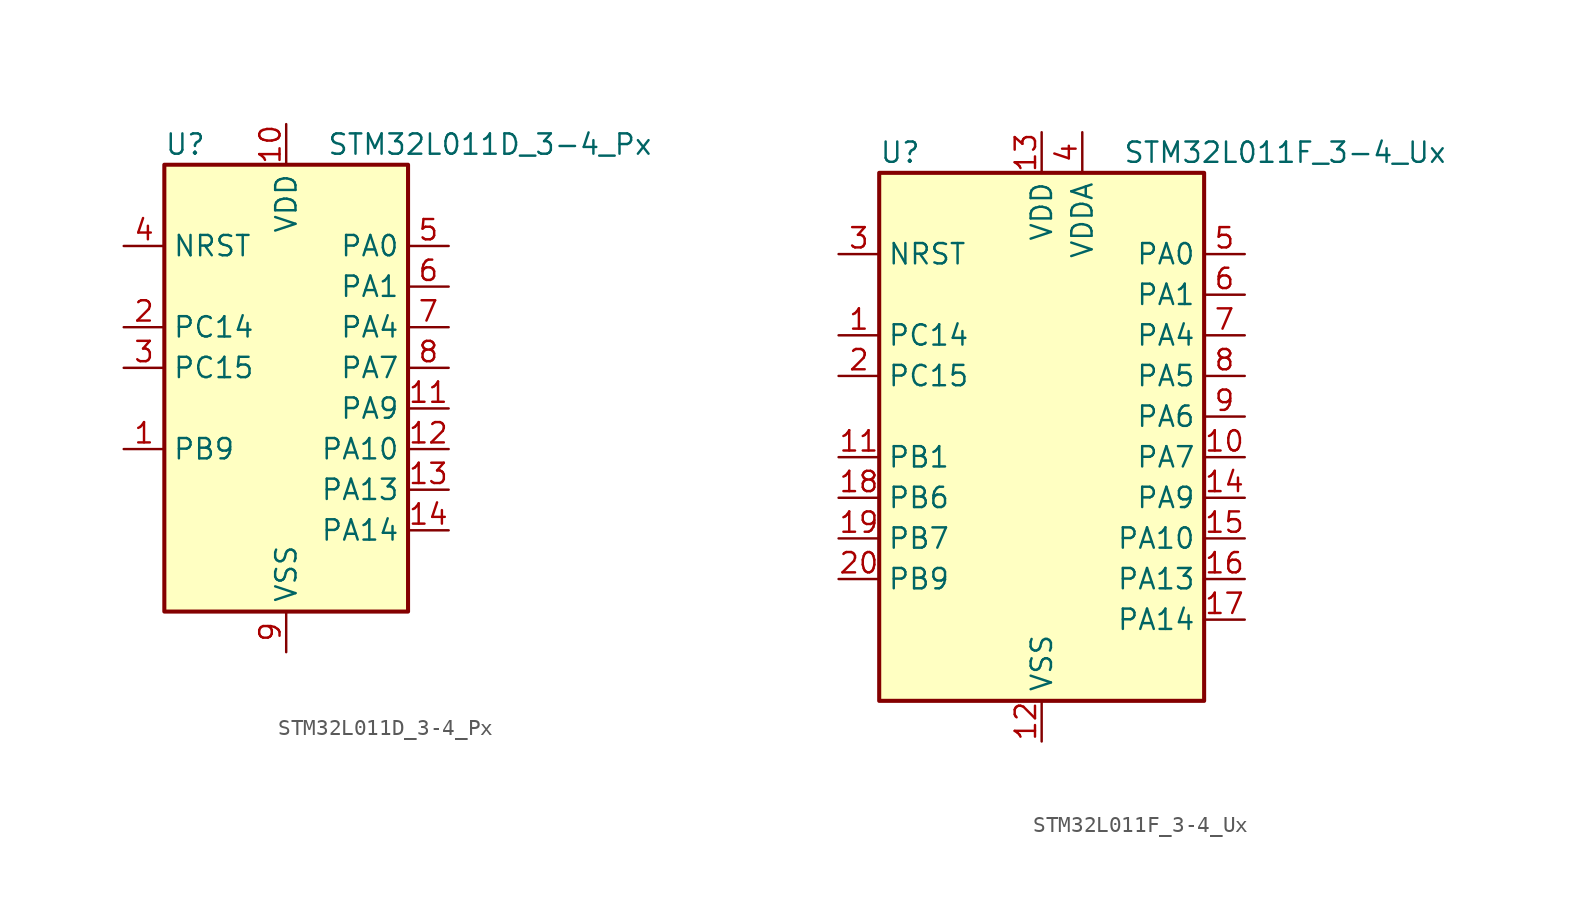
<source format=kicad_sym>
(kicad_symbol_lib
  (version 20241209)
  (generator "kicad_symbol_editor")
  (generator_version "9.0")
  (symbol "STM32L011D_3-4_Px"
    (property "Reference" "U"
      (at -7.62 16.51 0)
      (effects (font (size 1.27 1.27)) (justify left)))
    (property "Value" "STM32L011D_3-4_Px"
      (at 2.54 16.51 0)
      (effects (font (size 1.27 1.27)) (justify left)))
    (symbol "STM32L011D_3-4_Px_0_1"
      (rectangle (start -7.62 -12.7) (end 7.62 15.24) (stroke (width 0.254) (type default)) (fill (type background))))
    (symbol "STM32L011D_3-4_Px_1_1"
      (pin input line (at -10.16 10.16 0) (length 2.54) (name "NRST" (effects (font (size 1.27 1.27)))) (number "4" (effects (font (size 1.27 1.27)))))
      (pin bidirectional line (at -10.16 5.08 0) (length 2.54) (name "PC14" (effects (font (size 1.27 1.27)))) (number "2" (effects (font (size 1.27 1.27)))) (alternate "RCC_OSC32_IN" bidirectional line))
      (pin bidirectional line (at -10.16 2.54 0) (length 2.54) (name "PC15" (effects (font (size 1.27 1.27)))) (number "3" (effects (font (size 1.27 1.27)))) (alternate "RCC_OSC32_OUT" bidirectional line))
      (pin bidirectional line (at -10.16 -2.54 0) (length 2.54) (name "PB9" (effects (font (size 1.27 1.27)))) (number "1" (effects (font (size 1.27 1.27)))))
      (pin power_in line (at 0 17.78 270) (length 2.54) (name "VDD" (effects (font (size 1.27 1.27)))) (number "10" (effects (font (size 1.27 1.27)))))
      (pin power_in line (at 0 -15.24 90) (length 2.54) (name "VSS" (effects (font (size 1.27 1.27)))) (number "9" (effects (font (size 1.27 1.27)))))
      (pin bidirectional line (at 10.16 10.16 180) (length 2.54) (name "PA0" (effects (font (size 1.27 1.27)))) (number "5" (effects (font (size 1.27 1.27)))) (alternate "ADC_IN0" bidirectional line) (alternate "COMP1_INM" bidirectional line) (alternate "COMP1_OUT" bidirectional line) (alternate "LPTIM1_IN1" bidirectional line) (alternate "LPUART1_RX" bidirectional line) (alternate "RCC_CK_IN" bidirectional line) (alternate "RTC_TAMP2" bidirectional line) (alternate "SYS_WKUP1" bidirectional line) (alternate "TIM2_CH1" bidirectional line) (alternate "TIM2_ETR" bidirectional line) (alternate "USART2_CTS" bidirectional line) (alternate "USART2_RX" bidirectional line))
      (pin bidirectional line (at 10.16 7.62 180) (length 2.54) (name "PA1" (effects (font (size 1.27 1.27)))) (number "6" (effects (font (size 1.27 1.27)))) (alternate "ADC_IN1" bidirectional line) (alternate "COMP1_INP" bidirectional line) (alternate "I2C1_SMBA" bidirectional line) (alternate "LPTIM1_IN2" bidirectional line) (alternate "LPUART1_TX" bidirectional line) (alternate "TIM21_ETR" bidirectional line) (alternate "TIM2_CH2" bidirectional line) (alternate "USART2_DE" bidirectional line) (alternate "USART2_RTS" bidirectional line))
      (pin bidirectional line (at 10.16 5.08 180) (length 2.54) (name "PA4" (effects (font (size 1.27 1.27)))) (number "7" (effects (font (size 1.27 1.27)))) (alternate "ADC_IN4" bidirectional line) (alternate "COMP1_INM" bidirectional line) (alternate "COMP2_INM" bidirectional line) (alternate "COMP2_OUT" bidirectional line) (alternate "I2C1_SCL" bidirectional line) (alternate "LPTIM1_ETR" bidirectional line) (alternate "LPTIM1_IN1" bidirectional line) (alternate "LPUART1_TX" bidirectional line) (alternate "SPI1_NSS" bidirectional line) (alternate "TIM2_ETR" bidirectional line) (alternate "USART2_CK" bidirectional line))
      (pin bidirectional line (at 10.16 2.54 180) (length 2.54) (name "PA7" (effects (font (size 1.27 1.27)))) (number "8" (effects (font (size 1.27 1.27)))) (alternate "ADC_IN7" bidirectional line) (alternate "COMP2_INP" bidirectional line) (alternate "COMP2_OUT" bidirectional line) (alternate "LPTIM1_OUT" bidirectional line) (alternate "SPI1_MOSI" bidirectional line) (alternate "TIM21_ETR" bidirectional line) (alternate "USART2_CTS" bidirectional line))
      (pin bidirectional line (at 10.16 0 180) (length 2.54) (name "PA9" (effects (font (size 1.27 1.27)))) (number "11" (effects (font (size 1.27 1.27)))) (alternate "COMP1_OUT" bidirectional line) (alternate "I2C1_SCL" bidirectional line) (alternate "LPTIM1_OUT" bidirectional line) (alternate "RCC_MCO" bidirectional line) (alternate "TIM21_CH2" bidirectional line) (alternate "USART2_TX" bidirectional line))
      (pin bidirectional line (at 10.16 -2.54 180) (length 2.54) (name "PA10" (effects (font (size 1.27 1.27)))) (number "12" (effects (font (size 1.27 1.27)))) (alternate "COMP1_OUT" bidirectional line) (alternate "I2C1_SDA" bidirectional line) (alternate "RTC_REFIN" bidirectional line) (alternate "TIM21_CH1" bidirectional line) (alternate "TIM2_CH3" bidirectional line) (alternate "USART2_RX" bidirectional line))
      (pin bidirectional line (at 10.16 -5.08 180) (length 2.54) (name "PA13" (effects (font (size 1.27 1.27)))) (number "13" (effects (font (size 1.27 1.27)))) (alternate "COMP1_OUT" bidirectional line) (alternate "I2C1_SDA" bidirectional line) (alternate "LPTIM1_ETR" bidirectional line) (alternate "LPUART1_RX" bidirectional line) (alternate "SPI1_SCK" bidirectional line) (alternate "SYS_SWDIO" bidirectional line))
      (pin bidirectional line (at 10.16 -7.62 180) (length 2.54) (name "PA14" (effects (font (size 1.27 1.27)))) (number "14" (effects (font (size 1.27 1.27)))) (alternate "COMP2_OUT" bidirectional line) (alternate "I2C1_SMBA" bidirectional line) (alternate "LPTIM1_OUT" bidirectional line) (alternate "LPUART1_TX" bidirectional line) (alternate "SPI1_MISO" bidirectional line) (alternate "SYS_SWCLK" bidirectional line) (alternate "USART2_TX" bidirectional line))))
  (symbol "STM32L011F_3-4_Ux"
    (property "Reference" "U"
      (at -10.16 19.05 0)
      (effects (font (size 1.27 1.27)) (justify left)))
    (property "Value" "STM32L011F_3-4_Ux"
      (at 5.08 19.05 0)
      (effects (font (size 1.27 1.27)) (justify left)))
    (symbol "STM32L011F_3-4_Ux_0_1"
      (rectangle (start -10.16 -15.24) (end 10.16 17.78) (stroke (width 0.254) (type default)) (fill (type background))))
    (symbol "STM32L011F_3-4_Ux_1_1"
      (pin input line (at -12.7 12.7 0) (length 2.54) (name "NRST" (effects (font (size 1.27 1.27)))) (number "3" (effects (font (size 1.27 1.27)))))
      (pin bidirectional line (at -12.7 7.62 0) (length 2.54) (name "PC14" (effects (font (size 1.27 1.27)))) (number "1" (effects (font (size 1.27 1.27)))) (alternate "RCC_OSC32_IN" bidirectional line))
      (pin bidirectional line (at -12.7 5.08 0) (length 2.54) (name "PC15" (effects (font (size 1.27 1.27)))) (number "2" (effects (font (size 1.27 1.27)))) (alternate "RCC_OSC32_OUT" bidirectional line))
      (pin bidirectional line (at -12.7 0 0) (length 2.54) (name "PB1" (effects (font (size 1.27 1.27)))) (number "11" (effects (font (size 1.27 1.27)))) (alternate "ADC_IN9" bidirectional line) (alternate "LPTIM1_IN1" bidirectional line) (alternate "LPUART1_DE" bidirectional line) (alternate "LPUART1_RTS" bidirectional line) (alternate "SPI1_MOSI" bidirectional line) (alternate "SYS_VREF_OUT_PB1" bidirectional line) (alternate "TIM2_CH4" bidirectional line) (alternate "USART2_CK" bidirectional line))
      (pin bidirectional line (at -12.7 -2.54 0) (length 2.54) (name "PB6" (effects (font (size 1.27 1.27)))) (number "18" (effects (font (size 1.27 1.27)))) (alternate "COMP2_INP" bidirectional line) (alternate "I2C1_SCL" bidirectional line) (alternate "LPTIM1_ETR" bidirectional line) (alternate "LPUART1_TX" bidirectional line) (alternate "TIM2_CH3" bidirectional line) (alternate "USART2_TX" bidirectional line))
      (pin bidirectional line (at -12.7 -5.08 0) (length 2.54) (name "PB7" (effects (font (size 1.27 1.27)))) (number "19" (effects (font (size 1.27 1.27)))) (alternate "COMP2_INP" bidirectional line) (alternate "I2C1_SDA" bidirectional line) (alternate "LPTIM1_IN2" bidirectional line) (alternate "LPUART1_RX" bidirectional line) (alternate "SYS_PVD_IN" bidirectional line) (alternate "TIM2_CH4" bidirectional line) (alternate "USART2_RX" bidirectional line))
      (pin bidirectional line (at -12.7 -7.62 0) (length 2.54) (name "PB9" (effects (font (size 1.27 1.27)))) (number "20" (effects (font (size 1.27 1.27)))))
      (pin power_in line (at 0 20.32 270) (length 2.54) (name "VDD" (effects (font (size 1.27 1.27)))) (number "13" (effects (font (size 1.27 1.27)))))
      (pin power_in line (at 0 -17.78 90) (length 2.54) (name "VSS" (effects (font (size 1.27 1.27)))) (number "12" (effects (font (size 1.27 1.27)))))
      (pin power_in line (at 2.54 20.32 270) (length 2.54) (name "VDDA" (effects (font (size 1.27 1.27)))) (number "4" (effects (font (size 1.27 1.27)))))
      (pin bidirectional line (at 12.7 12.7 180) (length 2.54) (name "PA0" (effects (font (size 1.27 1.27)))) (number "5" (effects (font (size 1.27 1.27)))) (alternate "ADC_IN0" bidirectional line) (alternate "COMP1_INM" bidirectional line) (alternate "COMP1_OUT" bidirectional line) (alternate "LPTIM1_IN1" bidirectional line) (alternate "LPUART1_RX" bidirectional line) (alternate "RCC_CK_IN" bidirectional line) (alternate "RTC_TAMP2" bidirectional line) (alternate "SYS_WKUP1" bidirectional line) (alternate "TIM2_CH1" bidirectional line) (alternate "TIM2_ETR" bidirectional line) (alternate "USART2_CTS" bidirectional line) (alternate "USART2_RX" bidirectional line))
      (pin bidirectional line (at 12.7 10.16 180) (length 2.54) (name "PA1" (effects (font (size 1.27 1.27)))) (number "6" (effects (font (size 1.27 1.27)))) (alternate "ADC_IN1" bidirectional line) (alternate "COMP1_INP" bidirectional line) (alternate "I2C1_SMBA" bidirectional line) (alternate "LPTIM1_IN2" bidirectional line) (alternate "LPUART1_TX" bidirectional line) (alternate "TIM21_ETR" bidirectional line) (alternate "TIM2_CH2" bidirectional line) (alternate "USART2_DE" bidirectional line) (alternate "USART2_RTS" bidirectional line))
      (pin bidirectional line (at 12.7 7.62 180) (length 2.54) (name "PA4" (effects (font (size 1.27 1.27)))) (number "7" (effects (font (size 1.27 1.27)))) (alternate "ADC_IN4" bidirectional line) (alternate "COMP1_INM" bidirectional line) (alternate "COMP2_INM" bidirectional line) (alternate "COMP2_OUT" bidirectional line) (alternate "I2C1_SCL" bidirectional line) (alternate "LPTIM1_ETR" bidirectional line) (alternate "LPTIM1_IN1" bidirectional line) (alternate "LPUART1_TX" bidirectional line) (alternate "SPI1_NSS" bidirectional line) (alternate "TIM2_ETR" bidirectional line) (alternate "USART2_CK" bidirectional line))
      (pin bidirectional line (at 12.7 5.08 180) (length 2.54) (name "PA5" (effects (font (size 1.27 1.27)))) (number "8" (effects (font (size 1.27 1.27)))) (alternate "ADC_IN5" bidirectional line) (alternate "COMP1_INM" bidirectional line) (alternate "COMP2_INM" bidirectional line) (alternate "LPTIM1_IN2" bidirectional line) (alternate "SPI1_SCK" bidirectional line) (alternate "TIM2_CH1" bidirectional line) (alternate "TIM2_ETR" bidirectional line))
      (pin bidirectional line (at 12.7 2.54 180) (length 2.54) (name "PA6" (effects (font (size 1.27 1.27)))) (number "9" (effects (font (size 1.27 1.27)))) (alternate "ADC_IN6" bidirectional line) (alternate "COMP1_OUT" bidirectional line) (alternate "LPTIM1_ETR" bidirectional line) (alternate "LPUART1_CTS" bidirectional line) (alternate "SPI1_MISO" bidirectional line))
      (pin bidirectional line (at 12.7 0 180) (length 2.54) (name "PA7" (effects (font (size 1.27 1.27)))) (number "10" (effects (font (size 1.27 1.27)))) (alternate "ADC_IN7" bidirectional line) (alternate "COMP2_INP" bidirectional line) (alternate "COMP2_OUT" bidirectional line) (alternate "LPTIM1_OUT" bidirectional line) (alternate "SPI1_MOSI" bidirectional line) (alternate "TIM21_ETR" bidirectional line) (alternate "USART2_CTS" bidirectional line))
      (pin bidirectional line (at 12.7 -2.54 180) (length 2.54) (name "PA9" (effects (font (size 1.27 1.27)))) (number "14" (effects (font (size 1.27 1.27)))) (alternate "COMP1_OUT" bidirectional line) (alternate "I2C1_SCL" bidirectional line) (alternate "LPTIM1_OUT" bidirectional line) (alternate "RCC_MCO" bidirectional line) (alternate "TIM21_CH2" bidirectional line) (alternate "USART2_TX" bidirectional line))
      (pin bidirectional line (at 12.7 -5.08 180) (length 2.54) (name "PA10" (effects (font (size 1.27 1.27)))) (number "15" (effects (font (size 1.27 1.27)))) (alternate "COMP1_OUT" bidirectional line) (alternate "I2C1_SDA" bidirectional line) (alternate "RTC_REFIN" bidirectional line) (alternate "TIM21_CH1" bidirectional line) (alternate "TIM2_CH3" bidirectional line) (alternate "USART2_RX" bidirectional line))
      (pin bidirectional line (at 12.7 -7.62 180) (length 2.54) (name "PA13" (effects (font (size 1.27 1.27)))) (number "16" (effects (font (size 1.27 1.27)))) (alternate "COMP1_OUT" bidirectional line) (alternate "I2C1_SDA" bidirectional line) (alternate "LPTIM1_ETR" bidirectional line) (alternate "LPUART1_RX" bidirectional line) (alternate "SPI1_SCK" bidirectional line) (alternate "SYS_SWDIO" bidirectional line))
      (pin bidirectional line (at 12.7 -10.16 180) (length 2.54) (name "PA14" (effects (font (size 1.27 1.27)))) (number "17" (effects (font (size 1.27 1.27)))) (alternate "COMP2_OUT" bidirectional line) (alternate "I2C1_SMBA" bidirectional line) (alternate "LPTIM1_OUT" bidirectional line) (alternate "LPUART1_TX" bidirectional line) (alternate "SPI1_MISO" bidirectional line) (alternate "SYS_SWCLK" bidirectional line) (alternate "USART2_TX" bidirectional line)))))
</source>
